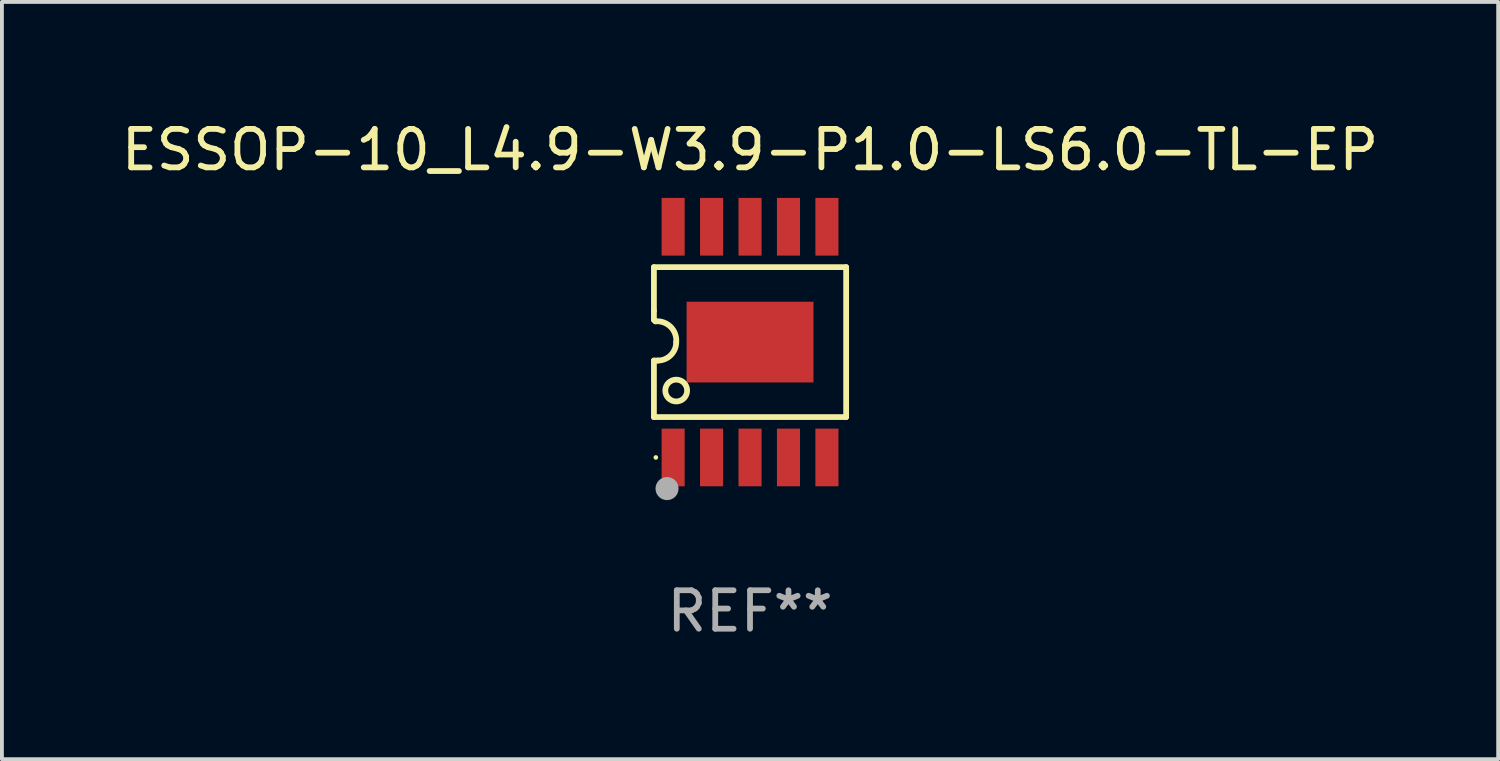
<source format=kicad_pcb>
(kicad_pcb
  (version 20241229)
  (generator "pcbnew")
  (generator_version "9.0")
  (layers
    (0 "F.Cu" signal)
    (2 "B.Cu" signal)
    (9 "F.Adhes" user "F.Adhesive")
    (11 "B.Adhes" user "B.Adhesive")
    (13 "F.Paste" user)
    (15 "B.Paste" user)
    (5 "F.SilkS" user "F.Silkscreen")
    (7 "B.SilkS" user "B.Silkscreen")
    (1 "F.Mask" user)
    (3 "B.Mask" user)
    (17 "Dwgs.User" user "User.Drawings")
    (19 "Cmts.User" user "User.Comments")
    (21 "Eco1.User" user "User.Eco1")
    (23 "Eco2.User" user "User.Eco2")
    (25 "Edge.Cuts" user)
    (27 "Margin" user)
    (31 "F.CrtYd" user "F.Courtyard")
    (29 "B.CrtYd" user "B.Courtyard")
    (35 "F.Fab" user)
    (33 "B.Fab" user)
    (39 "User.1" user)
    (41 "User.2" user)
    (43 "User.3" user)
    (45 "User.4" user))
  (footprint "ESSOP-10_L4.9-W3.9-P1.0-LS6.0-TL-EP"
    (layer "F.Cu")
    (at 16.458 5.848)
    (property "Reference" "ESSOP-10_L4.9-W3.9-P1.0-LS6.0-TL-EP" (at 0 -5 0) (layer "F.SilkS") (effects (font (size 1 1) (thickness 0.15))))
    (attr smd)
    (fp_line (start -2.5 -1.95) (end 2.5 -1.95) (stroke (width 0.15) (type solid)) (layer "F.SilkS"))
    (fp_line (start -2.5 -0.82) (end -2.5 -1.95) (stroke (width 0.15) (type solid)) (layer "F.SilkS"))
    (fp_line (start -2.5 -0.58) (end -2.5 -0.82) (stroke (width 0.15) (type solid)) (layer "F.SilkS"))
    (fp_line (start -2.5 0.48) (end -2.4 0.48) (stroke (width 0.15) (type solid)) (layer "F.SilkS"))
    (fp_line (start -2.5 1.95) (end -2.5 0.48) (stroke (width 0.15) (type solid)) (layer "F.SilkS"))
    (fp_line (start -2.5 1.95) (end 2.5 1.95) (stroke (width 0.15) (type solid)) (layer "F.SilkS"))
    (fp_line (start -2.46 -0.54) (end -2.5 -0.58) (stroke (width 0.15) (type solid)) (layer "F.SilkS"))
    (fp_line (start 2.5 1.95) (end 2.5 -1.95) (stroke (width 0.15) (type solid)) (layer "F.SilkS"))
    (fp_arc (start -2.459995 -0.540005) (mid -2.063915 -0.396079) (end -1.91999 0.000001) (stroke (width 0.150013) (type solid)) (layer "F.SilkS"))
    (fp_arc (start -1.91999 0) (mid -2.060582 0.339418) (end -2.4 0.48001) (stroke (width 0.150013) (type solid)) (layer "F.SilkS"))
    (fp_circle (center -2.45 3) (end -2.42 3) (stroke (width 0.06) (type solid)) (fill no) (layer "F.SilkS"))
    (fp_circle (center -1.92 1.26) (end -1.636 1.26) (stroke (width 0.15) (type solid)) (fill no) (layer "F.SilkS"))
    (fp_circle (center -2.159 3.81) (end -2.009 3.81) (stroke (width 0.3) (type solid)) (fill no) (layer "F.Fab"))
    (fp_text user "REF**" (at 0 7 0) (layer "F.Fab") (effects (font (size 1 1) (thickness 0.15))))
    (pad "0" smd rect (at 0.000076 -0.000127 180) (size 3.3 2.1) (layers "F.Cu" "F.Mask" "F.Paste"))
    (pad "1" smd rect (at -2 3 90) (size 1.5 0.6) (layers "F.Cu" "F.Mask" "F.Paste"))
    (pad "2" smd rect (at -1 3 90) (size 1.5 0.6) (layers "F.Cu" "F.Mask" "F.Paste"))
    (pad "3" smd rect (at 0.000076 3 90) (size 1.5 0.6) (layers "F.Cu" "F.Mask" "F.Paste"))
    (pad "4" smd rect (at 1 3 90) (size 1.5 0.6) (layers "F.Cu" "F.Mask" "F.Paste"))
    (pad "5" smd rect (at 2 3 90) (size 1.5 0.6) (layers "F.Cu" "F.Mask" "F.Paste"))
    (pad "6" smd rect (at 2 -3 90) (size 1.5 0.6) (layers "F.Cu" "F.Mask" "F.Paste"))
    (pad "7" smd rect (at 1 -3 90) (size 1.5 0.6) (layers "F.Cu" "F.Mask" "F.Paste"))
    (pad "8" smd rect (at 0.000076 -3 90) (size 1.5 0.6) (layers "F.Cu" "F.Mask" "F.Paste"))
    (pad "9" smd rect (at -1 -3 90) (size 1.5 0.6) (layers "F.Cu" "F.Mask" "F.Paste"))
    (pad "10" smd rect (at -2 -3 90) (size 1.5 0.6) (layers "F.Cu" "F.Mask" "F.Paste")))
  (gr_rect
    (start -3 -3)
    (end 35.917 16.697)
    (stroke (width 0.1) (type default))
    (fill no)
    (layer "Edge.Cuts")))
</source>
